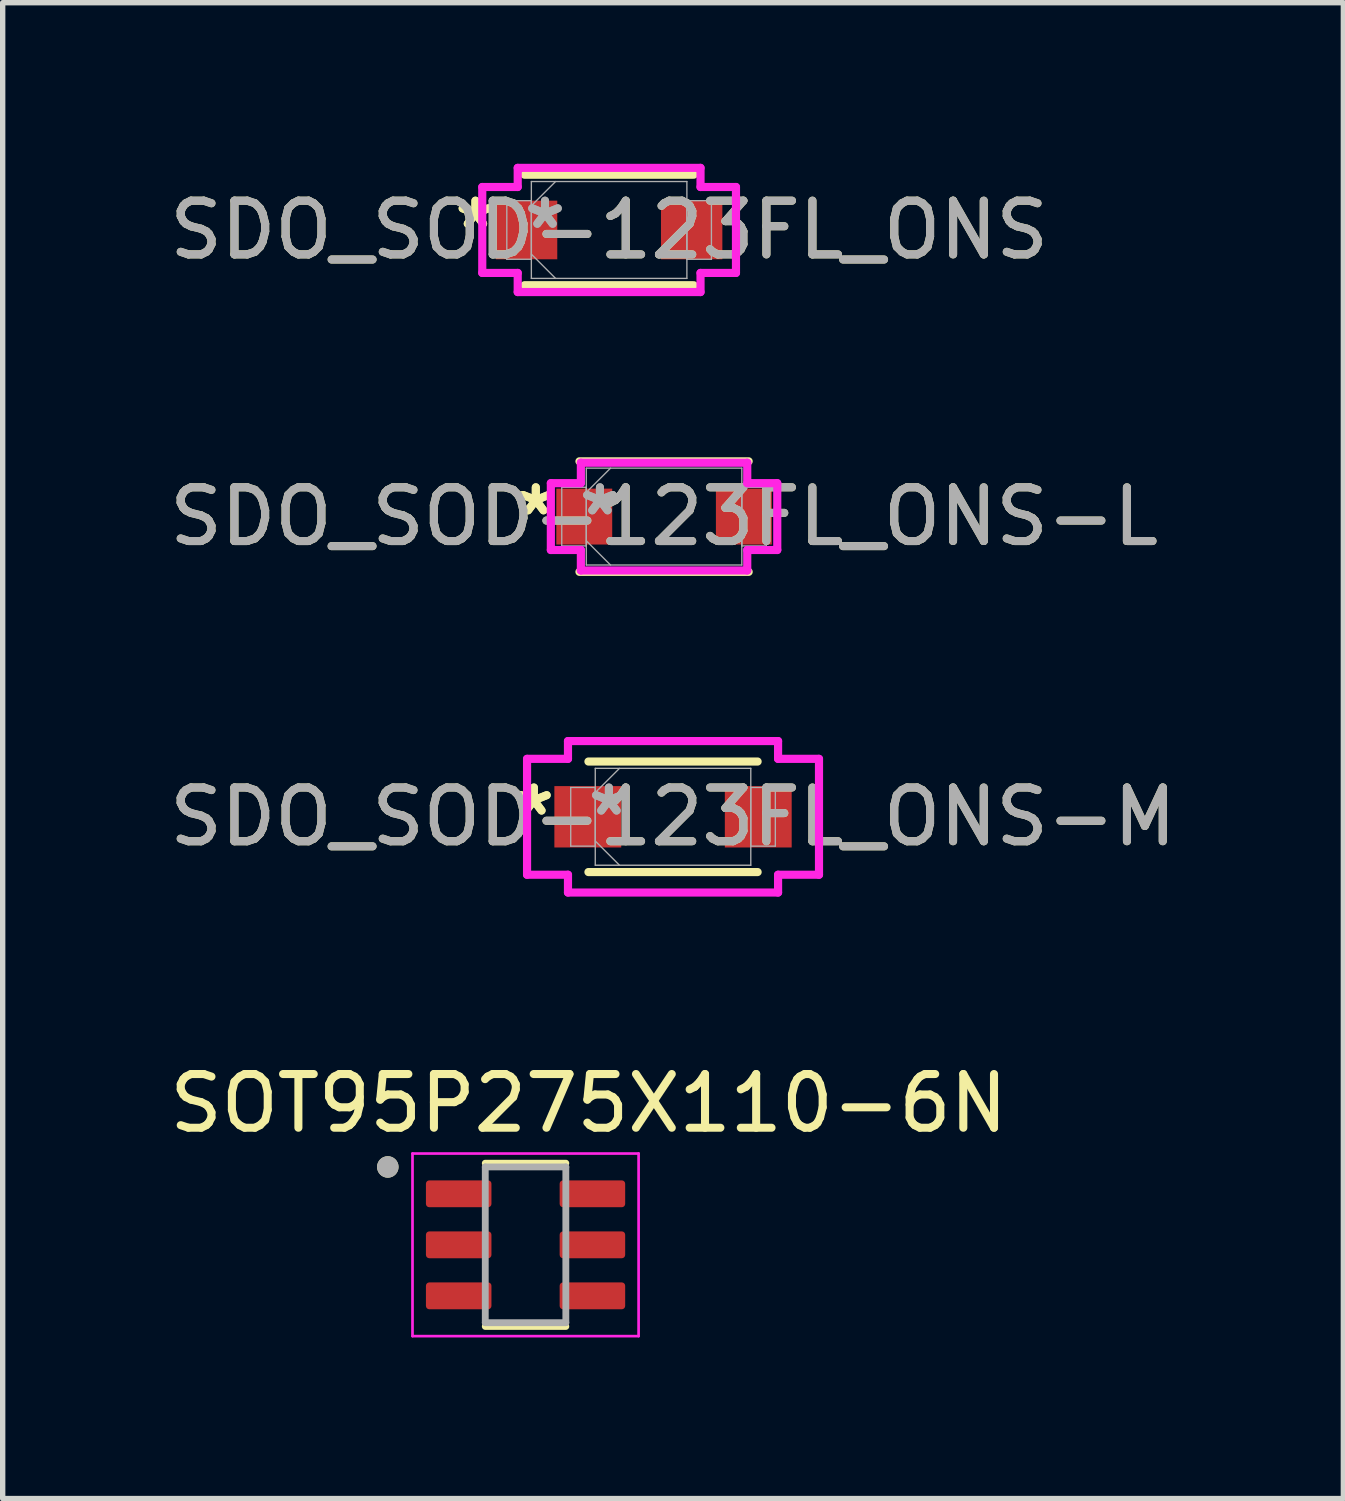
<source format=kicad_pcb>
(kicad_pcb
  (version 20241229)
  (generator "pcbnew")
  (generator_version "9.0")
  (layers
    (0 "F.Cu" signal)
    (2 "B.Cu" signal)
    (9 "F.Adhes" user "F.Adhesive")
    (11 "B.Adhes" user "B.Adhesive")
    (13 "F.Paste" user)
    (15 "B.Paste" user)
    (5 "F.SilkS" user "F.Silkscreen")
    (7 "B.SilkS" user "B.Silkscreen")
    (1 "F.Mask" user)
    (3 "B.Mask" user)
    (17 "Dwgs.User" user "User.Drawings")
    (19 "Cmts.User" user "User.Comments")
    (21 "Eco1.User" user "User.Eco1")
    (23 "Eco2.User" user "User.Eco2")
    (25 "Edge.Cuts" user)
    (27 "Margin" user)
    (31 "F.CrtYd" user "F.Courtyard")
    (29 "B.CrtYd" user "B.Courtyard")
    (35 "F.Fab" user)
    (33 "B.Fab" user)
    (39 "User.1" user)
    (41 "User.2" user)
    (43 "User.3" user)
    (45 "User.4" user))
  (footprint "SDO_SOD-123FL_ONS-L"
    (layer "F.Cu")
    (at 9.315 6.569)
    (property "Reference" "SDO_SOD-123FL_ONS-L" (at 0 0 0) (unlocked yes) (layer "F.SilkS") (effects (font (size 1 1) (thickness 0.15))))
    (attr smd)
    (fp_line (start -1.575 1.029) (end 1.575 1.029) (stroke (width 0.152) (type solid)) (layer "F.SilkS"))
    (fp_line (start 1.575 -1.029) (end -1.575 -1.029) (stroke (width 0.152) (type solid)) (layer "F.SilkS"))
    (fp_line (start -2.108 -0.622) (end -1.549 -0.622) (stroke (width 0.152) (type solid)) (layer "F.CrtYd"))
    (fp_line (start -2.108 0.622) (end -2.108 -0.622) (stroke (width 0.152) (type solid)) (layer "F.CrtYd"))
    (fp_line (start -1.549 -1.003) (end 1.549 -1.003) (stroke (width 0.152) (type solid)) (layer "F.CrtYd"))
    (fp_line (start -1.549 -0.622) (end -1.549 -1.003) (stroke (width 0.152) (type solid)) (layer "F.CrtYd"))
    (fp_line (start -1.549 0.622) (end -2.108 0.622) (stroke (width 0.152) (type solid)) (layer "F.CrtYd"))
    (fp_line (start -1.549 1.003) (end -1.549 0.622) (stroke (width 0.152) (type solid)) (layer "F.CrtYd"))
    (fp_line (start 1.549 -1.003) (end 1.549 -0.622) (stroke (width 0.152) (type solid)) (layer "F.CrtYd"))
    (fp_line (start 1.549 -0.622) (end 2.108 -0.622) (stroke (width 0.152) (type solid)) (layer "F.CrtYd"))
    (fp_line (start 1.549 0.622) (end 1.549 1.003) (stroke (width 0.152) (type solid)) (layer "F.CrtYd"))
    (fp_line (start 1.549 1.003) (end -1.549 1.003) (stroke (width 0.152) (type solid)) (layer "F.CrtYd"))
    (fp_line (start 2.108 -0.622) (end 2.108 0.622) (stroke (width 0.152) (type solid)) (layer "F.CrtYd"))
    (fp_line (start 2.108 0.622) (end 1.549 0.622) (stroke (width 0.152) (type solid)) (layer "F.CrtYd"))
    (fp_line (start -1.905 -0.546) (end -1.905 0.546) (stroke (width 0.025) (type solid)) (layer "F.Fab"))
    (fp_line (start -1.905 0.546) (end -1.448 0.546) (stroke (width 0.025) (type solid)) (layer "F.Fab"))
    (fp_line (start -1.448 -0.902) (end -1.448 0.902) (stroke (width 0.025) (type solid)) (layer "F.Fab"))
    (fp_line (start -1.448 -0.546) (end -1.905 -0.546) (stroke (width 0.025) (type solid)) (layer "F.Fab"))
    (fp_line (start -1.448 -0.451) (end -0.997 -0.902) (stroke (width 0.025) (type solid)) (layer "F.Fab"))
    (fp_line (start -1.448 0.451) (end -0.997 0.902) (stroke (width 0.025) (type solid)) (layer "F.Fab"))
    (fp_line (start -1.448 0.546) (end -1.448 -0.546) (stroke (width 0.025) (type solid)) (layer "F.Fab"))
    (fp_line (start -1.448 0.902) (end 1.448 0.902) (stroke (width 0.025) (type solid)) (layer "F.Fab"))
    (fp_line (start 1.448 -0.902) (end -1.448 -0.902) (stroke (width 0.025) (type solid)) (layer "F.Fab"))
    (fp_line (start 1.448 -0.546) (end 1.448 0.546) (stroke (width 0.025) (type solid)) (layer "F.Fab"))
    (fp_line (start 1.448 0.546) (end 1.905 0.546) (stroke (width 0.025) (type solid)) (layer "F.Fab"))
    (fp_line (start 1.448 0.902) (end 1.448 -0.902) (stroke (width 0.025) (type solid)) (layer "F.Fab"))
    (fp_line (start 1.905 -0.546) (end 1.448 -0.546) (stroke (width 0.025) (type solid)) (layer "F.Fab"))
    (fp_line (start 1.905 0.546) (end 1.905 -0.546) (stroke (width 0.025) (type solid)) (layer "F.Fab"))
    (fp_text user "*" (at -2.388 0 0) (layer "F.SilkS") (effects (font (size 1 1) (thickness 0.15))))
    (fp_text user "*" (at -2.388 0 0) (unlocked yes) (layer "F.SilkS") (effects (font (size 1 1) (thickness 0.15))))
    (fp_text user "${REFERENCE}" (at 0 0 0) (unlocked yes) (layer "F.Fab") (effects (font (size 1 1) (thickness 0.15))))
    (fp_text user "*" (at -1.194 0 0) (layer "F.Fab") (effects (font (size 1 1) (thickness 0.15))))
    (fp_text user "*" (at -1.194 0 0) (unlocked yes) (layer "F.Fab") (effects (font (size 1 1) (thickness 0.15))))
    (pad "1" smd rect (at -1.486 0) (size 1.041 1.041) (layers "F.Cu" "F.Mask" "F.Paste"))
    (pad "2" smd rect (at 1.486 0) (size 1.041 1.041) (layers "F.Cu" "F.Mask" "F.Paste"))
    (zone (net_name "") (layer "F.Cu") (hatch full 0.508) (connect_pads) (min_thickness 0.254) (filled_areas_thickness no) (keepout (tracks not_allowed) (vias not_allowed) (pads allowed) (copperpour not_allowed) (footprints allowed)) (placement (enabled no)) (fill) (polygon (pts (xy 8.401 5.718) (xy 10.23 5.718) (xy 10.23 7.42) (xy 8.401 7.42)))))
  (footprint "SDO_SOD-123FL_ONS"
    (layer "F.Cu")
    (at 8.292 1.232)
    (property "Reference" "SDO_SOD-123FL_ONS" (at 0 0 0) (unlocked yes) (layer "F.SilkS") (effects (font (size 1 1) (thickness 0.15))))
    (attr smd)
    (fp_line (start -1.575 1.029) (end 1.575 1.029) (stroke (width 0.152) (type solid)) (layer "F.SilkS"))
    (fp_line (start 1.575 -1.029) (end -1.575 -1.029) (stroke (width 0.152) (type solid)) (layer "F.SilkS"))
    (fp_line (start -2.362 -0.8) (end -1.702 -0.8) (stroke (width 0.152) (type solid)) (layer "F.CrtYd"))
    (fp_line (start -2.362 0.8) (end -2.362 -0.8) (stroke (width 0.152) (type solid)) (layer "F.CrtYd"))
    (fp_line (start -1.702 -1.156) (end 1.702 -1.156) (stroke (width 0.152) (type solid)) (layer "F.CrtYd"))
    (fp_line (start -1.702 -0.8) (end -1.702 -1.156) (stroke (width 0.152) (type solid)) (layer "F.CrtYd"))
    (fp_line (start -1.702 0.8) (end -2.362 0.8) (stroke (width 0.152) (type solid)) (layer "F.CrtYd"))
    (fp_line (start -1.702 1.156) (end -1.702 0.8) (stroke (width 0.152) (type solid)) (layer "F.CrtYd"))
    (fp_line (start 1.702 -1.156) (end 1.702 -0.8) (stroke (width 0.152) (type solid)) (layer "F.CrtYd"))
    (fp_line (start 1.702 -0.8) (end 2.362 -0.8) (stroke (width 0.152) (type solid)) (layer "F.CrtYd"))
    (fp_line (start 1.702 0.8) (end 1.702 1.156) (stroke (width 0.152) (type solid)) (layer "F.CrtYd"))
    (fp_line (start 1.702 1.156) (end -1.702 1.156) (stroke (width 0.152) (type solid)) (layer "F.CrtYd"))
    (fp_line (start 2.362 -0.8) (end 2.362 0.8) (stroke (width 0.152) (type solid)) (layer "F.CrtYd"))
    (fp_line (start 2.362 0.8) (end 1.702 0.8) (stroke (width 0.152) (type solid)) (layer "F.CrtYd"))
    (fp_line (start -1.905 -0.546) (end -1.905 0.546) (stroke (width 0.025) (type solid)) (layer "F.Fab"))
    (fp_line (start -1.905 0.546) (end -1.448 0.546) (stroke (width 0.025) (type solid)) (layer "F.Fab"))
    (fp_line (start -1.448 -0.902) (end -1.448 0.902) (stroke (width 0.025) (type solid)) (layer "F.Fab"))
    (fp_line (start -1.448 -0.546) (end -1.905 -0.546) (stroke (width 0.025) (type solid)) (layer "F.Fab"))
    (fp_line (start -1.448 -0.451) (end -0.997 -0.902) (stroke (width 0.025) (type solid)) (layer "F.Fab"))
    (fp_line (start -1.448 0.451) (end -0.997 0.902) (stroke (width 0.025) (type solid)) (layer "F.Fab"))
    (fp_line (start -1.448 0.546) (end -1.448 -0.546) (stroke (width 0.025) (type solid)) (layer "F.Fab"))
    (fp_line (start -1.448 0.902) (end 1.448 0.902) (stroke (width 0.025) (type solid)) (layer "F.Fab"))
    (fp_line (start 1.448 -0.902) (end -1.448 -0.902) (stroke (width 0.025) (type solid)) (layer "F.Fab"))
    (fp_line (start 1.448 -0.546) (end 1.448 0.546) (stroke (width 0.025) (type solid)) (layer "F.Fab"))
    (fp_line (start 1.448 0.546) (end 1.905 0.546) (stroke (width 0.025) (type solid)) (layer "F.Fab"))
    (fp_line (start 1.448 0.902) (end 1.448 -0.902) (stroke (width 0.025) (type solid)) (layer "F.Fab"))
    (fp_line (start 1.905 -0.546) (end 1.448 -0.546) (stroke (width 0.025) (type solid)) (layer "F.Fab"))
    (fp_line (start 1.905 0.546) (end 1.905 -0.546) (stroke (width 0.025) (type solid)) (layer "F.Fab"))
    (fp_text user "*" (at -2.489 0 0) (unlocked yes) (layer "F.SilkS") (effects (font (size 1 1) (thickness 0.15))))
    (fp_text user "*" (at -2.489 0 0) (layer "F.SilkS") (effects (font (size 1 1) (thickness 0.15))))
    (fp_text user "${REFERENCE}" (at 0 0 0) (unlocked yes) (layer "F.Fab") (effects (font (size 1 1) (thickness 0.15))))
    (fp_text user "*" (at -1.194 0 0) (unlocked yes) (layer "F.Fab") (effects (font (size 1 1) (thickness 0.15))))
    (fp_text user "*" (at -1.194 0 0) (layer "F.Fab") (effects (font (size 1 1) (thickness 0.15))))
    (pad "1" smd rect (at -1.537 0) (size 1.143 1.092) (layers "F.Cu" "F.Mask" "F.Paste"))
    (pad "2" smd rect (at 1.537 0) (size 1.143 1.092) (layers "F.Cu" "F.Mask" "F.Paste"))
    (zone (net_name "") (layer "F.Cu") (hatch full 0.508) (connect_pads) (min_thickness 0.254) (filled_areas_thickness no) (keepout (tracks not_allowed) (vias not_allowed) (pads allowed) (copperpour not_allowed) (footprints allowed)) (placement (enabled no)) (fill) (polygon (pts (xy 7.377 0.381) (xy 9.206 0.381) (xy 9.206 2.083) (xy 7.377 2.083)))))
  (footprint "SDO_SOD-123FL_ONS-M"
    (layer "F.Cu")
    (at 9.482 12.159)
    (property "Reference" "SDO_SOD-123FL_ONS-M" (at 0 0 0) (unlocked yes) (layer "F.SilkS") (effects (font (size 1 1) (thickness 0.15))))
    (attr smd)
    (fp_line (start -1.575 1.029) (end 1.575 1.029) (stroke (width 0.152) (type solid)) (layer "F.SilkS"))
    (fp_line (start 1.575 -1.029) (end -1.575 -1.029) (stroke (width 0.152) (type solid)) (layer "F.SilkS"))
    (fp_line (start -2.718 -1.079) (end -1.956 -1.079) (stroke (width 0.152) (type solid)) (layer "F.CrtYd"))
    (fp_line (start -2.718 1.079) (end -2.718 -1.079) (stroke (width 0.152) (type solid)) (layer "F.CrtYd"))
    (fp_line (start -1.956 -1.41) (end 1.956 -1.41) (stroke (width 0.152) (type solid)) (layer "F.CrtYd"))
    (fp_line (start -1.956 -1.079) (end -1.956 -1.41) (stroke (width 0.152) (type solid)) (layer "F.CrtYd"))
    (fp_line (start -1.956 1.079) (end -2.718 1.079) (stroke (width 0.152) (type solid)) (layer "F.CrtYd"))
    (fp_line (start -1.956 1.41) (end -1.956 1.079) (stroke (width 0.152) (type solid)) (layer "F.CrtYd"))
    (fp_line (start 1.956 -1.41) (end 1.956 -1.079) (stroke (width 0.152) (type solid)) (layer "F.CrtYd"))
    (fp_line (start 1.956 -1.079) (end 2.718 -1.079) (stroke (width 0.152) (type solid)) (layer "F.CrtYd"))
    (fp_line (start 1.956 1.079) (end 1.956 1.41) (stroke (width 0.152) (type solid)) (layer "F.CrtYd"))
    (fp_line (start 1.956 1.41) (end -1.956 1.41) (stroke (width 0.152) (type solid)) (layer "F.CrtYd"))
    (fp_line (start 2.718 -1.079) (end 2.718 1.079) (stroke (width 0.152) (type solid)) (layer "F.CrtYd"))
    (fp_line (start 2.718 1.079) (end 1.956 1.079) (stroke (width 0.152) (type solid)) (layer "F.CrtYd"))
    (fp_line (start -1.905 -0.546) (end -1.905 0.546) (stroke (width 0.025) (type solid)) (layer "F.Fab"))
    (fp_line (start -1.905 0.546) (end -1.448 0.546) (stroke (width 0.025) (type solid)) (layer "F.Fab"))
    (fp_line (start -1.448 -0.902) (end -1.448 0.902) (stroke (width 0.025) (type solid)) (layer "F.Fab"))
    (fp_line (start -1.448 -0.546) (end -1.905 -0.546) (stroke (width 0.025) (type solid)) (layer "F.Fab"))
    (fp_line (start -1.448 -0.451) (end -0.997 -0.902) (stroke (width 0.025) (type solid)) (layer "F.Fab"))
    (fp_line (start -1.448 0.451) (end -0.997 0.902) (stroke (width 0.025) (type solid)) (layer "F.Fab"))
    (fp_line (start -1.448 0.546) (end -1.448 -0.546) (stroke (width 0.025) (type solid)) (layer "F.Fab"))
    (fp_line (start -1.448 0.902) (end 1.448 0.902) (stroke (width 0.025) (type solid)) (layer "F.Fab"))
    (fp_line (start 1.448 -0.902) (end -1.448 -0.902) (stroke (width 0.025) (type solid)) (layer "F.Fab"))
    (fp_line (start 1.448 -0.546) (end 1.448 0.546) (stroke (width 0.025) (type solid)) (layer "F.Fab"))
    (fp_line (start 1.448 0.546) (end 1.905 0.546) (stroke (width 0.025) (type solid)) (layer "F.Fab"))
    (fp_line (start 1.448 0.902) (end 1.448 -0.902) (stroke (width 0.025) (type solid)) (layer "F.Fab"))
    (fp_line (start 1.905 -0.546) (end 1.448 -0.546) (stroke (width 0.025) (type solid)) (layer "F.Fab"))
    (fp_line (start 1.905 0.546) (end 1.905 -0.546) (stroke (width 0.025) (type solid)) (layer "F.Fab"))
    (fp_text user "*" (at -2.591 0 0) (layer "F.SilkS") (effects (font (size 1 1) (thickness 0.15))))
    (fp_text user "*" (at -2.591 0 0) (unlocked yes) (layer "F.SilkS") (effects (font (size 1 1) (thickness 0.15))))
    (fp_text user "*" (at -1.194 0 0) (unlocked yes) (layer "F.Fab") (effects (font (size 1 1) (thickness 0.15))))
    (fp_text user "${REFERENCE}" (at 0 0 0) (unlocked yes) (layer "F.Fab") (effects (font (size 1 1) (thickness 0.15))))
    (fp_text user "*" (at -1.194 0 0) (layer "F.Fab") (effects (font (size 1 1) (thickness 0.15))))
    (pad "1" smd rect (at -1.587 0) (size 1.245 1.143) (layers "F.Cu" "F.Mask" "F.Paste"))
    (pad "2" smd rect (at 1.587 0) (size 1.245 1.143) (layers "F.Cu" "F.Mask" "F.Paste"))
    (zone (net_name "") (layer "F.Cu") (hatch full 0.508) (connect_pads) (min_thickness 0.254) (filled_areas_thickness no) (keepout (tracks not_allowed) (vias not_allowed) (pads allowed) (copperpour not_allowed) (footprints allowed)) (placement (enabled no)) (fill) (polygon (pts (xy 8.568 11.309) (xy 10.397 11.309) (xy 10.397 13.01) (xy 8.568 13.01)))))
  (footprint "SOT95P275X110-6N"
    (layer "F.Cu")
    (at 6.736 20.129)
    (property "Reference" "SOT95P275X110-6N" (at 1.175 -2.635 0) (layer "F.SilkS") (effects (font (size 1 1) (thickness 0.15))))
    (attr smd)
    (fp_line (start -0.75 -1.52) (end 0.75 -1.52) (stroke (width 0.127) (type solid)) (layer "F.SilkS"))
    (fp_line (start -0.75 1.52) (end 0.75 1.52) (stroke (width 0.127) (type solid)) (layer "F.SilkS"))
    (fp_circle (center -2.565 -1.45) (end -2.465 -1.45) (stroke (width 0.2) (type solid)) (fill no) (layer "F.SilkS"))
    (fp_line (start -2.105 -1.7) (end -2.105 1.7) (stroke (width 0.05) (type solid)) (layer "F.CrtYd"))
    (fp_line (start -2.105 -1.7) (end 2.105 -1.7) (stroke (width 0.05) (type solid)) (layer "F.CrtYd"))
    (fp_line (start -2.105 1.7) (end 2.105 1.7) (stroke (width 0.05) (type solid)) (layer "F.CrtYd"))
    (fp_line (start 2.105 -1.7) (end 2.105 1.7) (stroke (width 0.05) (type solid)) (layer "F.CrtYd"))
    (fp_line (start -0.75 -1.45) (end -0.75 1.45) (stroke (width 0.127) (type solid)) (layer "F.Fab"))
    (fp_line (start -0.75 -1.45) (end 0.75 -1.45) (stroke (width 0.127) (type solid)) (layer "F.Fab"))
    (fp_line (start -0.75 1.45) (end 0.75 1.45) (stroke (width 0.127) (type solid)) (layer "F.Fab"))
    (fp_line (start 0.75 -1.45) (end 0.75 1.45) (stroke (width 0.127) (type solid)) (layer "F.Fab"))
    (fp_circle (center -2.565 -1.45) (end -2.465 -1.45) (stroke (width 0.2) (type solid)) (fill no) (layer "F.Fab"))
    (pad "1" smd roundrect (at -1.245 -0.95) (size 1.22 0.5) (layers "F.Cu" "F.Mask" "F.Paste") (roundrect_rratio 0.125))
    (pad "2" smd roundrect (at -1.245 0) (size 1.22 0.5) (layers "F.Cu" "F.Mask" "F.Paste") (roundrect_rratio 0.125))
    (pad "3" smd roundrect (at -1.245 0.95) (size 1.22 0.5) (layers "F.Cu" "F.Mask" "F.Paste") (roundrect_rratio 0.125))
    (pad "4" smd roundrect (at 1.245 0.95) (size 1.22 0.5) (layers "F.Cu" "F.Mask" "F.Paste") (roundrect_rratio 0.125))
    (pad "5" smd roundrect (at 1.245 0) (size 1.22 0.5) (layers "F.Cu" "F.Mask" "F.Paste") (roundrect_rratio 0.125))
    (pad "6" smd roundrect (at 1.245 -0.95) (size 1.22 0.5) (layers "F.Cu" "F.Mask" "F.Paste") (roundrect_rratio 0.125)))
  (gr_rect
    (start -3 -3)
    (end 21.964 24.854)
    (stroke (width 0.1) (type default))
    (fill no)
    (layer "Edge.Cuts")))
</source>
